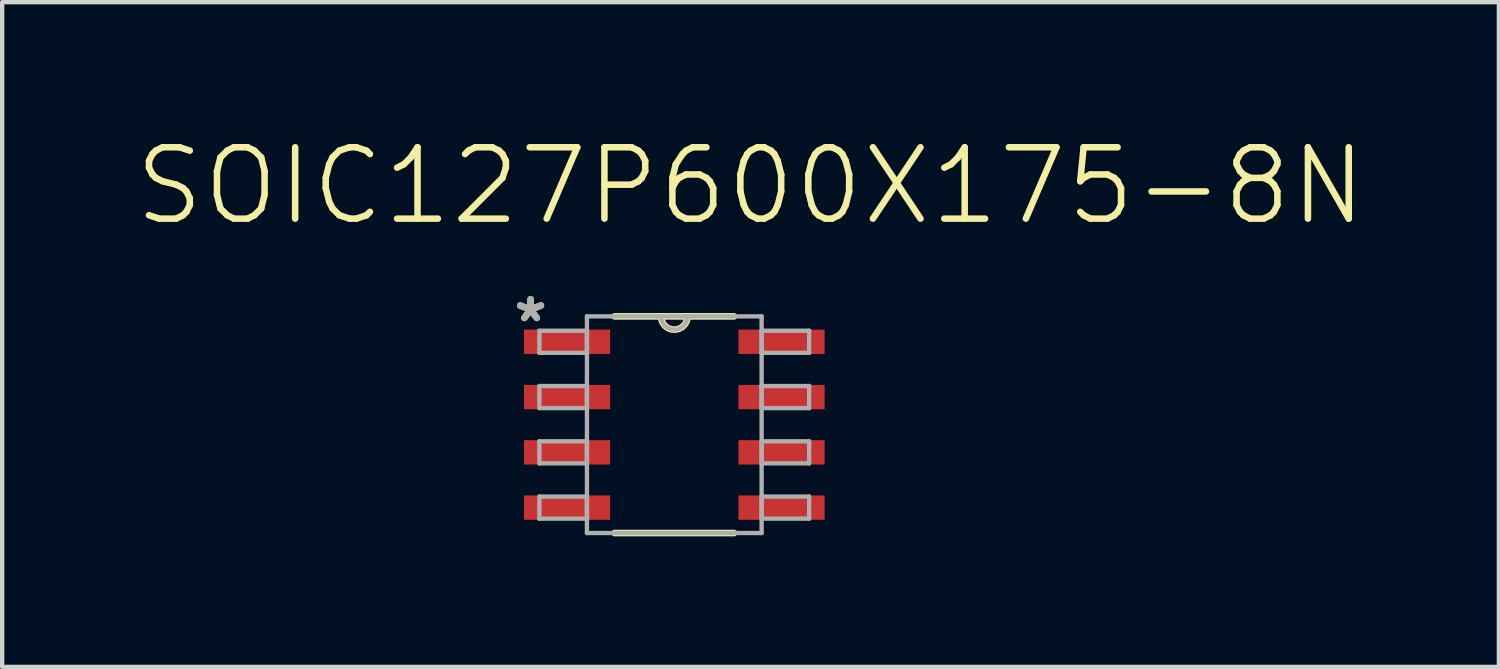
<source format=kicad_pcb>
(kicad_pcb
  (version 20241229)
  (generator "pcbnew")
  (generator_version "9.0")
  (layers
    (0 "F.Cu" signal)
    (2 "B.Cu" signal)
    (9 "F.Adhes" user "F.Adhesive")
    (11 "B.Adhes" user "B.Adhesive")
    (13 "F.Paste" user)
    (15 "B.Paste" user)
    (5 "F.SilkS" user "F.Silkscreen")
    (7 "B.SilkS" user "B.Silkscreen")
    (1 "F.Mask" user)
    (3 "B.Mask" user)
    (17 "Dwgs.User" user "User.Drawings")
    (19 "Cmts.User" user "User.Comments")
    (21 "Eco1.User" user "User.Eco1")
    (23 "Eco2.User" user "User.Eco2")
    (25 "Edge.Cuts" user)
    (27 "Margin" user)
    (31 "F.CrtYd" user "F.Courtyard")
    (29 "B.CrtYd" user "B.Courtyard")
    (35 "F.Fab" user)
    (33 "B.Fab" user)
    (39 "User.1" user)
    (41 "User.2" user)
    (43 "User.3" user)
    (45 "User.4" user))
  (footprint "SOIC127P600X175-8N"
    (layer "F.Cu")
    (at 12.444 6.709)
    (property "Reference" "SOIC127P600X175-8N" (at 1.753 -5.486 0) (layer "F.SilkS") (effects (font (size 1.64 1.64) (thickness 0.15))))
    (attr smd)
    (fp_line (start -1.372 2.489) (end 1.372 2.489) (stroke (width 0.152) (type solid)) (layer "F.SilkS"))
    (fp_line (start -0.305 -2.489) (end -1.372 -2.489) (stroke (width 0.152) (type solid)) (layer "F.SilkS"))
    (fp_line (start 0.305 -2.489) (end -0.305 -2.489) (stroke (width 0.152) (type solid)) (layer "F.SilkS"))
    (fp_line (start 1.372 -2.489) (end 0.305 -2.489) (stroke (width 0.152) (type solid)) (layer "F.SilkS"))
    (fp_arc (start 0.3048 -2.4892) (mid 0 -2.1844) (end -0.3048 -2.4892) (stroke (width 0.1524) (type solid)) (layer "F.SilkS"))
    (fp_line (start -3.099 -2.159) (end -3.099 -1.651) (stroke (width 0.1) (type solid)) (layer "F.Fab"))
    (fp_line (start -3.099 -1.651) (end -2.007 -1.651) (stroke (width 0.1) (type solid)) (layer "F.Fab"))
    (fp_line (start -3.099 -0.889) (end -3.099 -0.381) (stroke (width 0.1) (type solid)) (layer "F.Fab"))
    (fp_line (start -3.099 -0.381) (end -2.007 -0.381) (stroke (width 0.1) (type solid)) (layer "F.Fab"))
    (fp_line (start -3.099 0.381) (end -3.099 0.889) (stroke (width 0.1) (type solid)) (layer "F.Fab"))
    (fp_line (start -3.099 0.889) (end -2.007 0.889) (stroke (width 0.1) (type solid)) (layer "F.Fab"))
    (fp_line (start -3.099 1.651) (end -3.099 2.159) (stroke (width 0.1) (type solid)) (layer "F.Fab"))
    (fp_line (start -3.099 2.159) (end -2.007 2.159) (stroke (width 0.1) (type solid)) (layer "F.Fab"))
    (fp_line (start -2.007 -2.489) (end -2.007 2.489) (stroke (width 0.1) (type solid)) (layer "F.Fab"))
    (fp_line (start -2.007 -2.159) (end -3.099 -2.159) (stroke (width 0.1) (type solid)) (layer "F.Fab"))
    (fp_line (start -2.007 -1.651) (end -2.007 -2.159) (stroke (width 0.1) (type solid)) (layer "F.Fab"))
    (fp_line (start -2.007 -0.889) (end -3.099 -0.889) (stroke (width 0.1) (type solid)) (layer "F.Fab"))
    (fp_line (start -2.007 -0.381) (end -2.007 -0.889) (stroke (width 0.1) (type solid)) (layer "F.Fab"))
    (fp_line (start -2.007 0.381) (end -3.099 0.381) (stroke (width 0.1) (type solid)) (layer "F.Fab"))
    (fp_line (start -2.007 0.889) (end -2.007 0.381) (stroke (width 0.1) (type solid)) (layer "F.Fab"))
    (fp_line (start -2.007 1.651) (end -3.099 1.651) (stroke (width 0.1) (type solid)) (layer "F.Fab"))
    (fp_line (start -2.007 2.159) (end -2.007 1.651) (stroke (width 0.1) (type solid)) (layer "F.Fab"))
    (fp_line (start -2.007 2.489) (end 2.007 2.489) (stroke (width 0.1) (type solid)) (layer "F.Fab"))
    (fp_line (start -0.305 -2.489) (end -2.007 -2.489) (stroke (width 0.1) (type solid)) (layer "F.Fab"))
    (fp_line (start 0.305 -2.489) (end -0.305 -2.489) (stroke (width 0.1) (type solid)) (layer "F.Fab"))
    (fp_line (start 2.007 -2.489) (end 0.305 -2.489) (stroke (width 0.1) (type solid)) (layer "F.Fab"))
    (fp_line (start 2.007 -2.159) (end 2.007 -1.651) (stroke (width 0.1) (type solid)) (layer "F.Fab"))
    (fp_line (start 2.007 -1.651) (end 3.099 -1.651) (stroke (width 0.1) (type solid)) (layer "F.Fab"))
    (fp_line (start 2.007 -0.889) (end 2.007 -0.381) (stroke (width 0.1) (type solid)) (layer "F.Fab"))
    (fp_line (start 2.007 -0.381) (end 3.099 -0.381) (stroke (width 0.1) (type solid)) (layer "F.Fab"))
    (fp_line (start 2.007 0.381) (end 2.007 0.889) (stroke (width 0.1) (type solid)) (layer "F.Fab"))
    (fp_line (start 2.007 0.889) (end 3.099 0.889) (stroke (width 0.1) (type solid)) (layer "F.Fab"))
    (fp_line (start 2.007 1.651) (end 2.007 2.159) (stroke (width 0.1) (type solid)) (layer "F.Fab"))
    (fp_line (start 2.007 2.159) (end 3.099 2.159) (stroke (width 0.1) (type solid)) (layer "F.Fab"))
    (fp_line (start 2.007 2.489) (end 2.007 -2.489) (stroke (width 0.1) (type solid)) (layer "F.Fab"))
    (fp_line (start 3.099 -2.159) (end 2.007 -2.159) (stroke (width 0.1) (type solid)) (layer "F.Fab"))
    (fp_line (start 3.099 -1.651) (end 3.099 -2.159) (stroke (width 0.1) (type solid)) (layer "F.Fab"))
    (fp_line (start 3.099 -0.889) (end 2.007 -0.889) (stroke (width 0.1) (type solid)) (layer "F.Fab"))
    (fp_line (start 3.099 -0.381) (end 3.099 -0.889) (stroke (width 0.1) (type solid)) (layer "F.Fab"))
    (fp_line (start 3.099 0.381) (end 2.007 0.381) (stroke (width 0.1) (type solid)) (layer "F.Fab"))
    (fp_line (start 3.099 0.889) (end 3.099 0.381) (stroke (width 0.1) (type solid)) (layer "F.Fab"))
    (fp_line (start 3.099 1.651) (end 2.007 1.651) (stroke (width 0.1) (type solid)) (layer "F.Fab"))
    (fp_line (start 3.099 2.159) (end 3.099 1.651) (stroke (width 0.1) (type solid)) (layer "F.Fab"))
    (fp_arc (start 0.3048 -2.4892) (mid 0 -2.1844) (end -0.3048 -2.4892) (stroke (width 0.1) (type solid)) (layer "F.Fab"))
    (fp_text user "*" (at -3.302 -2.337 0) (layer "F.SilkS") (effects (font (size 1 1) (thickness 0.15))))
    (fp_text user "*" (at -3.302 -2.337 0) (layer "F.Fab") (effects (font (size 1 1) (thickness 0.15))))
    (pad "1" smd rect (at -2.464 -1.905) (size 1.981 0.559) (layers "F.Cu" "F.Mask" "F.Paste"))
    (pad "2" smd rect (at -2.464 -0.635) (size 1.981 0.559) (layers "F.Cu" "F.Mask" "F.Paste"))
    (pad "3" smd rect (at -2.464 0.635) (size 1.981 0.559) (layers "F.Cu" "F.Mask" "F.Paste"))
    (pad "4" smd rect (at -2.464 1.905) (size 1.981 0.559) (layers "F.Cu" "F.Mask" "F.Paste"))
    (pad "5" smd rect (at 2.464 1.905) (size 1.981 0.559) (layers "F.Cu" "F.Mask" "F.Paste"))
    (pad "6" smd rect (at 2.464 0.635) (size 1.981 0.559) (layers "F.Cu" "F.Mask" "F.Paste"))
    (pad "7" smd rect (at 2.464 -0.635) (size 1.981 0.559) (layers "F.Cu" "F.Mask" "F.Paste"))
    (pad "8" smd rect (at 2.464 -1.905) (size 1.981 0.559) (layers "F.Cu" "F.Mask" "F.Paste")))
  (gr_rect
    (start -3 -3)
    (end 31.392 12.274)
    (stroke (width 0.1) (type default))
    (fill no)
    (layer "Edge.Cuts")))
</source>
